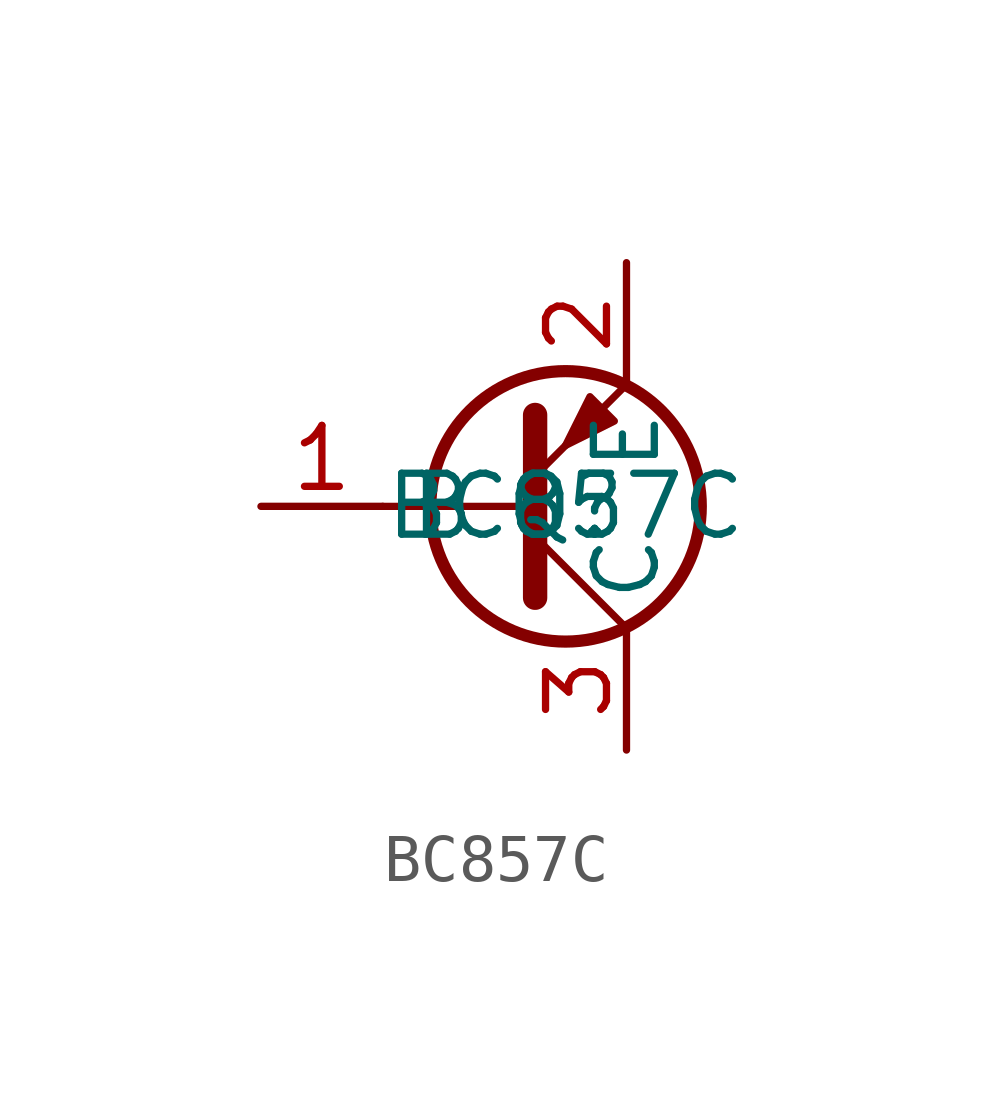
<source format=kicad_sym>
(kicad_symbol_lib
  (version 20231120)
  (generator "kicad_symbol_editor")
  (generator_version "8.0")
  (symbol "BC857C"
    (property "Reference" "Q"
      (at 0 0 0)
      (effects (font (size 1.27 1.27))))
    (property "Value" "BC857C"
      (at 0 0 0)
      (effects (font (size 1.27 1.27))))
    (symbol "BC857C_0_1"
      (polyline (pts (xy -3.81 0) (xy -0.635 0)) (stroke (width 0.152) (type default)) (fill (type none)))
      (polyline (pts (xy -0.635 -0.635) (xy 1.27 -2.54)) (stroke (width 0) (type default)) (fill (type none)))
      (polyline (pts (xy -0.635 -1.905) (xy -0.635 1.905) (xy -0.635 1.905)) (stroke (width 0.508) (type default)) (fill (type none)))
      (polyline (pts (xy -0.635 0.635) (xy 1.27 2.54) (xy 1.27 2.54)) (stroke (width 0) (type default)) (fill (type none)))
      (polyline (pts (xy 1.016 1.778) (xy 0.508 2.286) (xy 0 1.27) (xy 1.016 1.778) (xy 1.016 1.778)) (stroke (width 0) (type default)) (fill (type outline)))
      (circle (center 0 0) (radius 2.819) (stroke (width 0.254) (type default)) (fill (type none))))
    (symbol "BC857C_1_1"
      (pin input line (at -6.35 0 0) (length 2.54) (name "B" (effects (font (size 1.27 1.27)))) (number "1" (effects (font (size 1.27 1.27)))))
      (pin open_emitter line (at 1.27 5.08 270) (length 2.54) (name "E" (effects (font (size 1.27 1.27)))) (number "2" (effects (font (size 1.27 1.27)))))
      (pin open_collector line (at 1.27 -5.08 90) (length 2.54) (name "C" (effects (font (size 1.27 1.27)))) (number "3" (effects (font (size 1.27 1.27))))))))
</source>
